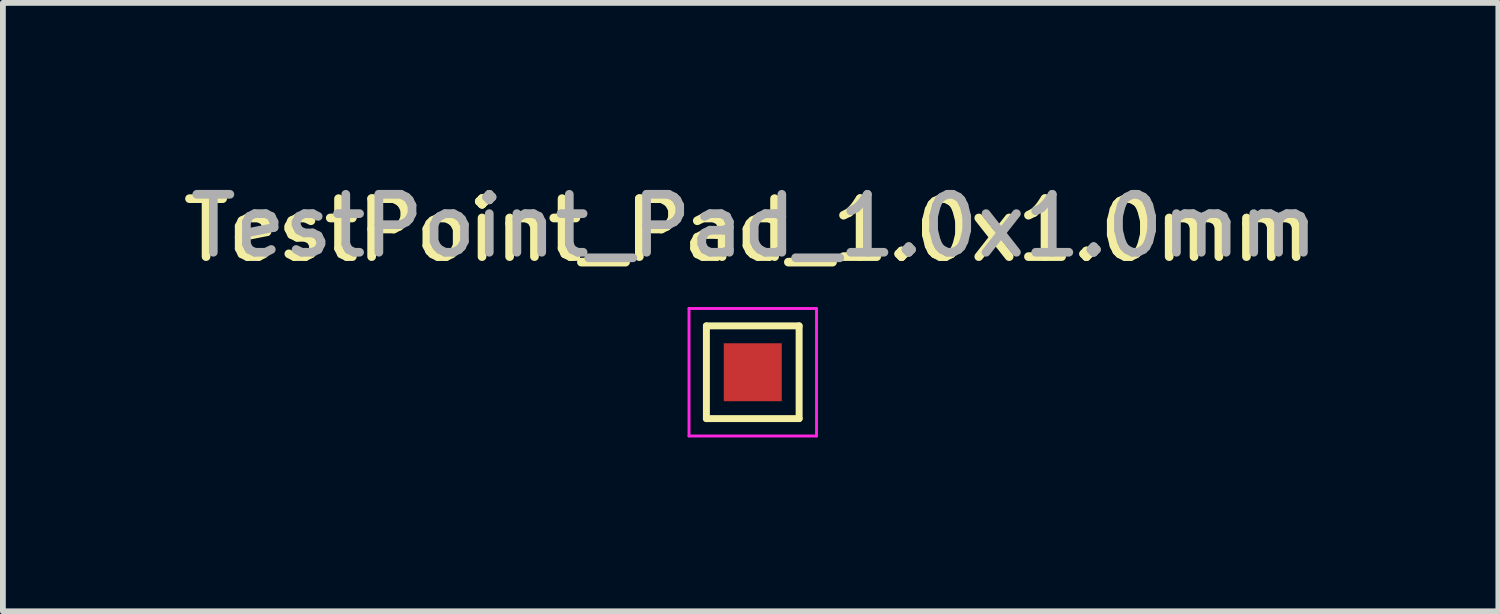
<source format=kicad_pcb>
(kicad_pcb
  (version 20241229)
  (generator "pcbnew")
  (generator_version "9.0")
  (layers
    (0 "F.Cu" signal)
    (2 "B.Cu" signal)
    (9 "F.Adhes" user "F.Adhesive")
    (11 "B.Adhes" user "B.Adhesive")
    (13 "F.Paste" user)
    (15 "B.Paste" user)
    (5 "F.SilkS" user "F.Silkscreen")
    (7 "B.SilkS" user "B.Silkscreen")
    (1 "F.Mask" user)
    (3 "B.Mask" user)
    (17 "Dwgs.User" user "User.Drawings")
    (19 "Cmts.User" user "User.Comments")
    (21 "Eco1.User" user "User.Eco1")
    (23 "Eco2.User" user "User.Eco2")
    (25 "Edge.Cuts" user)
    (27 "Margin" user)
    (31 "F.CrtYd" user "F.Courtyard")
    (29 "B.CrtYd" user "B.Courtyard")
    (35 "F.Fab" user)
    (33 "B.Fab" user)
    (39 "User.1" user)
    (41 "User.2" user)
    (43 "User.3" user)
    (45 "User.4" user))
  (footprint "TestPoint_Pad_1.0x1.0mm"
    (layer "F.Cu")
    (at 9.939 3.373)
    (property "Reference" "TestPoint_Pad_1.0x1.0mm" (at -0.1 -2.45 0) (layer "F.SilkS") (effects (font (size 1 1) (thickness 0.15))))
    (attr exclude_from_pos_files exclude_from_bom)
    (fp_line (start -0.8 -0.8) (end 0.8 -0.8) (stroke (width 0.12) (type solid)) (layer "F.SilkS"))
    (fp_line (start -0.8 0.8) (end -0.8 -0.8) (stroke (width 0.12) (type solid)) (layer "F.SilkS"))
    (fp_line (start 0.8 -0.8) (end 0.8 0.8) (stroke (width 0.12) (type solid)) (layer "F.SilkS"))
    (fp_line (start 0.8 0.8) (end -0.8 0.8) (stroke (width 0.12) (type solid)) (layer "F.SilkS"))
    (fp_line (start -1.1 -1.1) (end -1.1 1.1) (stroke (width 0.05) (type solid)) (layer "F.CrtYd"))
    (fp_line (start -1.1 -1.1) (end 1.1 -1.1) (stroke (width 0.05) (type solid)) (layer "F.CrtYd"))
    (fp_line (start 1.1 1.1) (end -1.1 1.1) (stroke (width 0.05) (type solid)) (layer "F.CrtYd"))
    (fp_line (start 1.1 1.1) (end 1.1 -1.1) (stroke (width 0.05) (type solid)) (layer "F.CrtYd"))
    (fp_text user "${REFERENCE}" (at 0.025 -2.525 0) (layer "F.Fab") (effects (font (size 1 1) (thickness 0.15))))
    (pad "1" smd rect (at 0 0) (size 1 1) (layers "F.Cu" "F.Mask")))
  (gr_rect
    (start -3 -3)
    (end 22.804 7.498)
    (stroke (width 0.1) (type default))
    (fill no)
    (layer "Edge.Cuts")))
</source>
